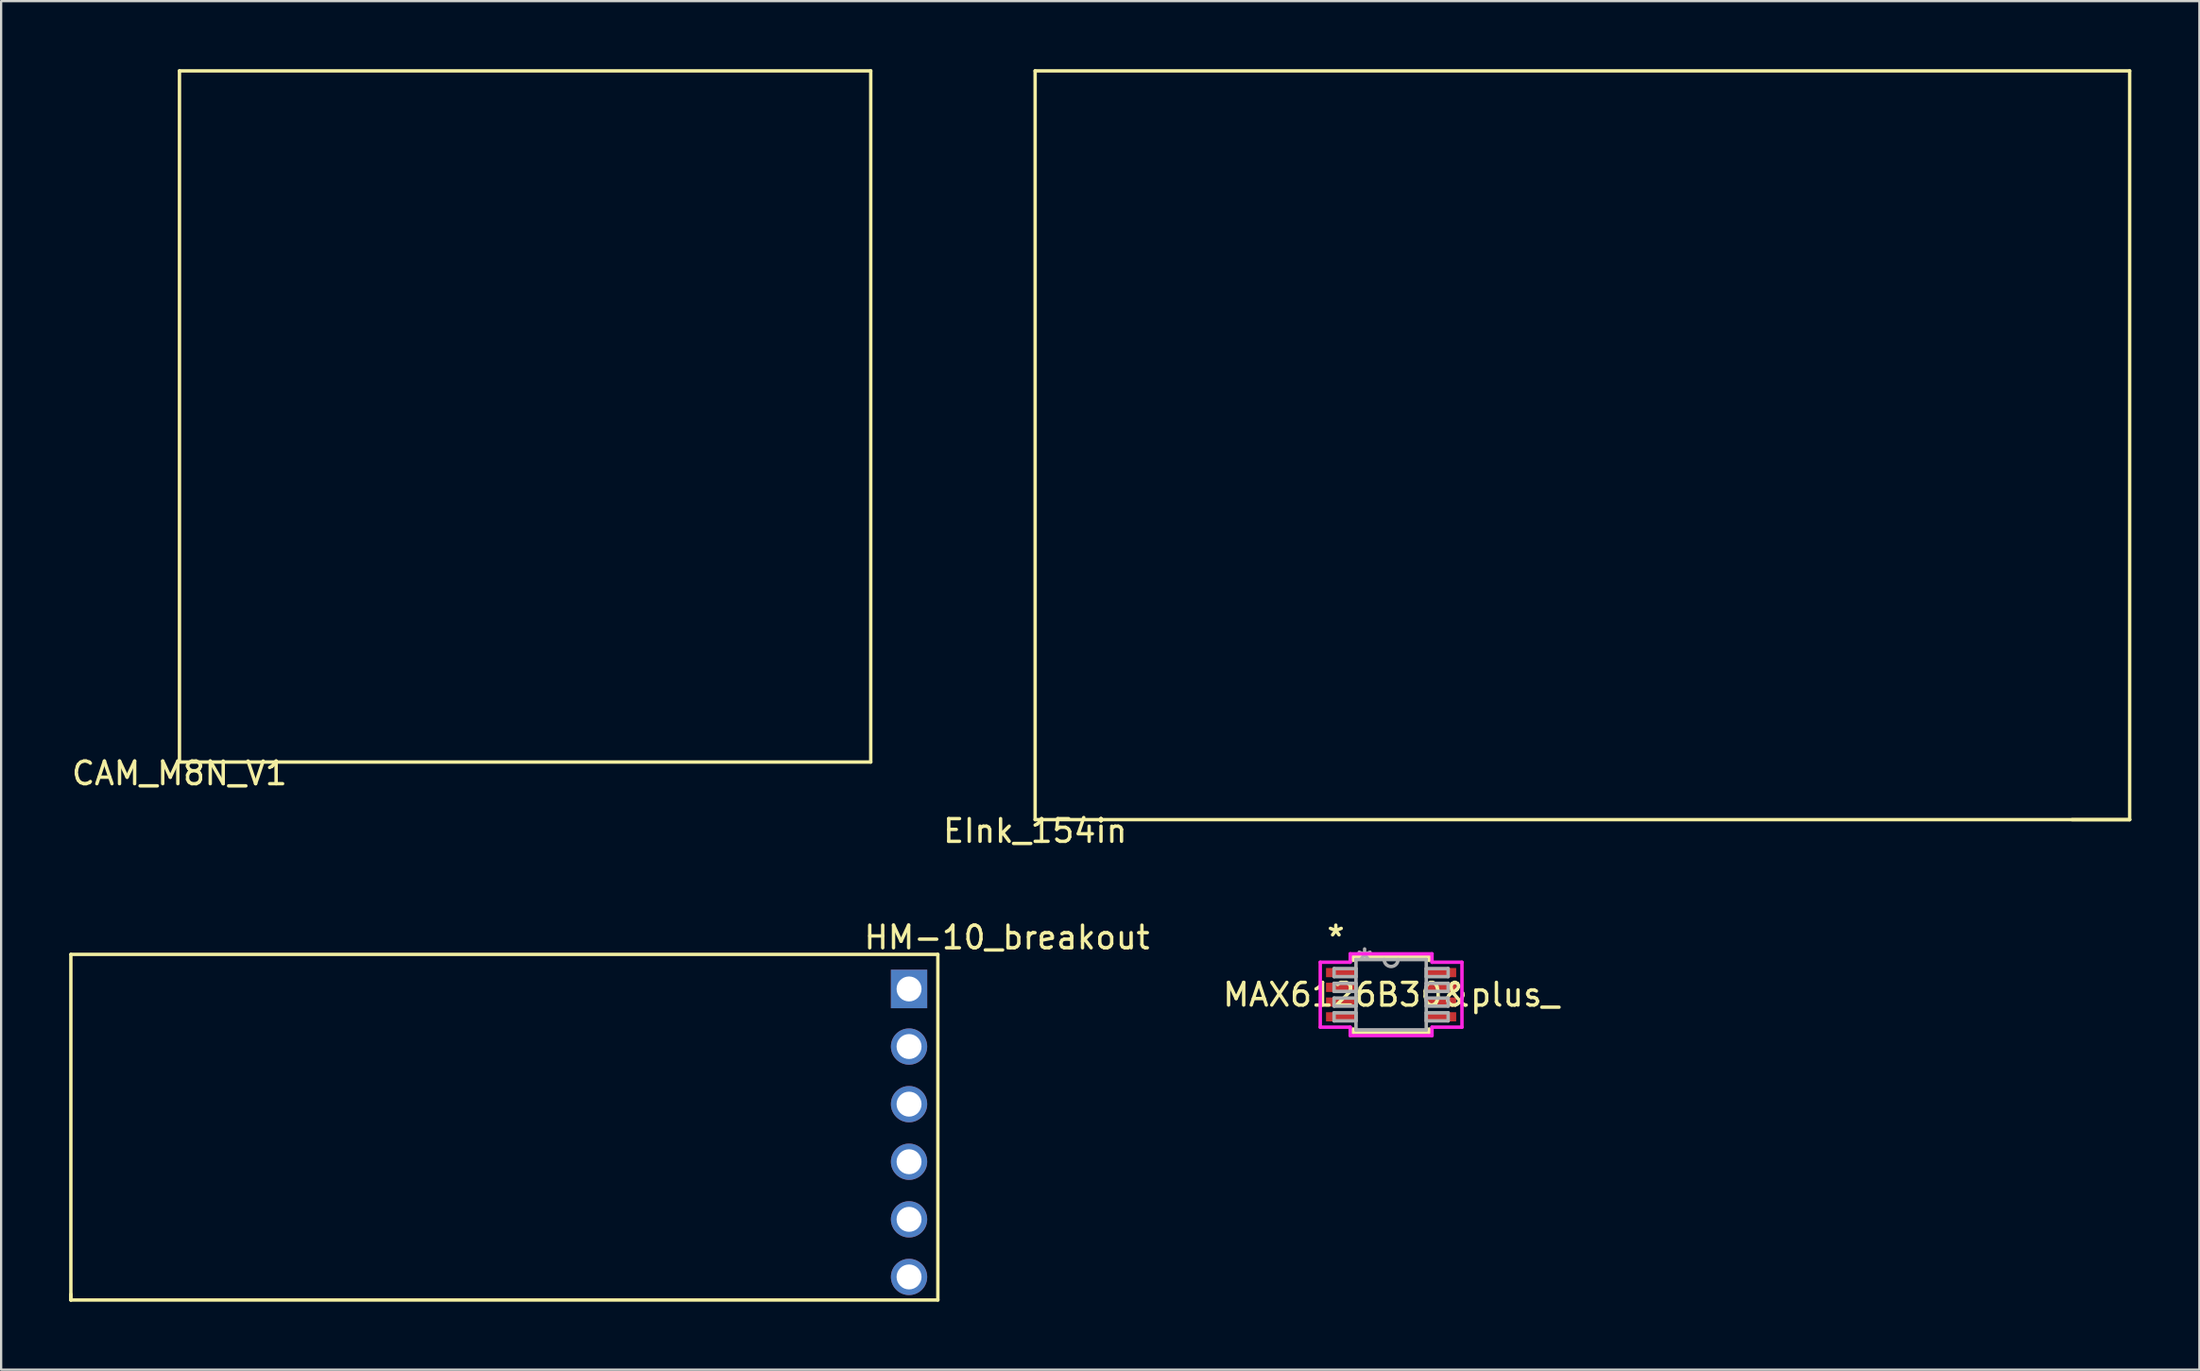
<source format=kicad_pcb>
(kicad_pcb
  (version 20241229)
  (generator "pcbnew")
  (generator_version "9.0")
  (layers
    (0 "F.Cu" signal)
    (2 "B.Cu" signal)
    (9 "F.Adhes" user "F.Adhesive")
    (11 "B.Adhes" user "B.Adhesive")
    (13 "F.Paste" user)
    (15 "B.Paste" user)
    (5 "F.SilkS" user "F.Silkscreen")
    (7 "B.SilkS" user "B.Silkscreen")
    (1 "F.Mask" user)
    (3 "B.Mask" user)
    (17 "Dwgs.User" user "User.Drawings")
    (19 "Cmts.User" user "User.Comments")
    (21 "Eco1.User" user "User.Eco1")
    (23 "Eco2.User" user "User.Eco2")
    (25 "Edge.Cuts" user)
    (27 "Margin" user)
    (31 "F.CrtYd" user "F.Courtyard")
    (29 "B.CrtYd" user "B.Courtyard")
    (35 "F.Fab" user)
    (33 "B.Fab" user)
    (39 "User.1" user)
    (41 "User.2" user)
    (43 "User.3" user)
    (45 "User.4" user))
  (footprint "MAX6126B30&plus_"
    (layer "F.Cu")
    (at 58.287 40.816)
    (property "Reference" "MAX6126B30&plus_" (at 0 0 0) (layer "F.SilkS") (effects (font (size 1 1) (thickness 0.15))))
    (attr through_hole)
    (fp_line (start -1.676 -1.676) (end -1.676 -1.511) (stroke (width 0.152) (type solid)) (layer "F.SilkS"))
    (fp_line (start -1.676 1.511) (end -1.676 1.676) (stroke (width 0.152) (type solid)) (layer "F.SilkS"))
    (fp_line (start -1.676 1.676) (end 1.676 1.676) (stroke (width 0.152) (type solid)) (layer "F.SilkS"))
    (fp_line (start 1.676 -1.676) (end -1.676 -1.676) (stroke (width 0.152) (type solid)) (layer "F.SilkS"))
    (fp_line (start 1.676 -1.511) (end 1.676 -1.676) (stroke (width 0.152) (type solid)) (layer "F.SilkS"))
    (fp_line (start 1.676 1.676) (end 1.676 1.511) (stroke (width 0.152) (type solid)) (layer "F.SilkS"))
    (fp_line (start -3.124 -1.432) (end -1.803 -1.432) (stroke (width 0.152) (type solid)) (layer "F.CrtYd"))
    (fp_line (start -3.124 1.432) (end -3.124 -1.432) (stroke (width 0.152) (type solid)) (layer "F.CrtYd"))
    (fp_line (start -1.803 -1.803) (end 1.803 -1.803) (stroke (width 0.152) (type solid)) (layer "F.CrtYd"))
    (fp_line (start -1.803 -1.432) (end -1.803 -1.803) (stroke (width 0.152) (type solid)) (layer "F.CrtYd"))
    (fp_line (start -1.803 1.432) (end -3.124 1.432) (stroke (width 0.152) (type solid)) (layer "F.CrtYd"))
    (fp_line (start -1.803 1.803) (end -1.803 1.432) (stroke (width 0.152) (type solid)) (layer "F.CrtYd"))
    (fp_line (start 1.803 -1.803) (end 1.803 -1.432) (stroke (width 0.152) (type solid)) (layer "F.CrtYd"))
    (fp_line (start 1.803 -1.432) (end 3.124 -1.432) (stroke (width 0.152) (type solid)) (layer "F.CrtYd"))
    (fp_line (start 1.803 1.432) (end 1.803 1.803) (stroke (width 0.152) (type solid)) (layer "F.CrtYd"))
    (fp_line (start 1.803 1.803) (end -1.803 1.803) (stroke (width 0.152) (type solid)) (layer "F.CrtYd"))
    (fp_line (start 3.124 -1.432) (end 3.124 1.432) (stroke (width 0.152) (type solid)) (layer "F.CrtYd"))
    (fp_line (start 3.124 1.432) (end 1.803 1.432) (stroke (width 0.152) (type solid)) (layer "F.CrtYd"))
    (fp_line (start -2.515 -1.153) (end -2.515 -0.797) (stroke (width 0.152) (type solid)) (layer "F.Fab"))
    (fp_line (start -2.515 -0.797) (end -1.549 -0.797) (stroke (width 0.152) (type solid)) (layer "F.Fab"))
    (fp_line (start -2.515 -0.503) (end -2.515 -0.147) (stroke (width 0.152) (type solid)) (layer "F.Fab"))
    (fp_line (start -2.515 -0.147) (end -1.549 -0.147) (stroke (width 0.152) (type solid)) (layer "F.Fab"))
    (fp_line (start -2.515 0.147) (end -2.515 0.503) (stroke (width 0.152) (type solid)) (layer "F.Fab"))
    (fp_line (start -2.515 0.503) (end -1.549 0.503) (stroke (width 0.152) (type solid)) (layer "F.Fab"))
    (fp_line (start -2.515 0.797) (end -2.515 1.153) (stroke (width 0.152) (type solid)) (layer "F.Fab"))
    (fp_line (start -2.515 1.153) (end -1.549 1.153) (stroke (width 0.152) (type solid)) (layer "F.Fab"))
    (fp_line (start -1.549 -1.549) (end -1.549 1.549) (stroke (width 0.152) (type solid)) (layer "F.Fab"))
    (fp_line (start -1.549 -1.153) (end -2.515 -1.153) (stroke (width 0.152) (type solid)) (layer "F.Fab"))
    (fp_line (start -1.549 -0.797) (end -1.549 -1.153) (stroke (width 0.152) (type solid)) (layer "F.Fab"))
    (fp_line (start -1.549 -0.503) (end -2.515 -0.503) (stroke (width 0.152) (type solid)) (layer "F.Fab"))
    (fp_line (start -1.549 -0.147) (end -1.549 -0.503) (stroke (width 0.152) (type solid)) (layer "F.Fab"))
    (fp_line (start -1.549 0.147) (end -2.515 0.147) (stroke (width 0.152) (type solid)) (layer "F.Fab"))
    (fp_line (start -1.549 0.503) (end -1.549 0.147) (stroke (width 0.152) (type solid)) (layer "F.Fab"))
    (fp_line (start -1.549 0.797) (end -2.515 0.797) (stroke (width 0.152) (type solid)) (layer "F.Fab"))
    (fp_line (start -1.549 1.153) (end -1.549 0.797) (stroke (width 0.152) (type solid)) (layer "F.Fab"))
    (fp_line (start -1.549 1.549) (end 1.549 1.549) (stroke (width 0.152) (type solid)) (layer "F.Fab"))
    (fp_line (start 1.549 -1.549) (end -1.549 -1.549) (stroke (width 0.152) (type solid)) (layer "F.Fab"))
    (fp_line (start 1.549 -1.153) (end 1.549 -0.797) (stroke (width 0.152) (type solid)) (layer "F.Fab"))
    (fp_line (start 1.549 -0.797) (end 2.515 -0.797) (stroke (width 0.152) (type solid)) (layer "F.Fab"))
    (fp_line (start 1.549 -0.503) (end 1.549 -0.147) (stroke (width 0.152) (type solid)) (layer "F.Fab"))
    (fp_line (start 1.549 -0.147) (end 2.515 -0.147) (stroke (width 0.152) (type solid)) (layer "F.Fab"))
    (fp_line (start 1.549 0.147) (end 1.549 0.503) (stroke (width 0.152) (type solid)) (layer "F.Fab"))
    (fp_line (start 1.549 0.503) (end 2.515 0.503) (stroke (width 0.152) (type solid)) (layer "F.Fab"))
    (fp_line (start 1.549 0.797) (end 1.549 1.153) (stroke (width 0.152) (type solid)) (layer "F.Fab"))
    (fp_line (start 1.549 1.153) (end 2.515 1.153) (stroke (width 0.152) (type solid)) (layer "F.Fab"))
    (fp_line (start 1.549 1.549) (end 1.549 -1.549) (stroke (width 0.152) (type solid)) (layer "F.Fab"))
    (fp_line (start 2.515 -1.153) (end 1.549 -1.153) (stroke (width 0.152) (type solid)) (layer "F.Fab"))
    (fp_line (start 2.515 -0.797) (end 2.515 -1.153) (stroke (width 0.152) (type solid)) (layer "F.Fab"))
    (fp_line (start 2.515 -0.503) (end 1.549 -0.503) (stroke (width 0.152) (type solid)) (layer "F.Fab"))
    (fp_line (start 2.515 -0.147) (end 2.515 -0.503) (stroke (width 0.152) (type solid)) (layer "F.Fab"))
    (fp_line (start 2.515 0.147) (end 1.549 0.147) (stroke (width 0.152) (type solid)) (layer "F.Fab"))
    (fp_line (start 2.515 0.503) (end 2.515 0.147) (stroke (width 0.152) (type solid)) (layer "F.Fab"))
    (fp_line (start 2.515 0.797) (end 1.549 0.797) (stroke (width 0.152) (type solid)) (layer "F.Fab"))
    (fp_line (start 2.515 1.153) (end 2.515 0.797) (stroke (width 0.152) (type solid)) (layer "F.Fab"))
    (fp_arc (start 0.3048 -1.5494) (mid 0 -1.2446) (end -0.3048 -1.5494) (stroke (width 0.1524) (type solid)) (layer "F.Fab"))
    (fp_text user "*" (at -2.438 -2.524 0) (layer "F.SilkS") (effects (font (size 1 1) (thickness 0.15))))
    (fp_text user "Copyright 2016 Accelerated Designs. All rights reserved." (at 0 0 0) (layer "Cmts.User") (effects (font (size 0.127 0.127) (thickness 0.002))))
    (fp_text user "*" (at -1.168 -1.473 0) (layer "F.Fab") (effects (font (size 1 1) (thickness 0.15))))
    (pad "1" smd rect (at -2.184 -0.975) (size 1.372 0.406) (layers "F.Cu" "F.Mask" "F.Paste"))
    (pad "2" smd rect (at -2.184 -0.325) (size 1.372 0.406) (layers "F.Cu" "F.Mask" "F.Paste"))
    (pad "3" smd rect (at -2.184 0.325) (size 1.372 0.406) (layers "F.Cu" "F.Mask" "F.Paste"))
    (pad "4" smd rect (at -2.184 0.975) (size 1.372 0.406) (layers "F.Cu" "F.Mask" "F.Paste"))
    (pad "5" smd rect (at 2.184 0.975) (size 1.372 0.406) (layers "F.Cu" "F.Mask" "F.Paste"))
    (pad "6" smd rect (at 2.184 0.325) (size 1.372 0.406) (layers "F.Cu" "F.Mask" "F.Paste"))
    (pad "7" smd rect (at 2.184 -0.325) (size 1.372 0.406) (layers "F.Cu" "F.Mask" "F.Paste"))
    (pad "8" smd rect (at 2.184 -0.975) (size 1.372 0.406) (layers "F.Cu" "F.Mask" "F.Paste")))
  (footprint "HM-10_breakout"
    (layer "F.Cu")
    (at 37.032 40.562)
    (property "Reference" "HM-10_breakout" (at 4.315 -2.27 0) (layer "F.SilkS") (effects (font (size 1 1) (thickness 0.15))))
    (attr through_hole)
    (fp_line (start -36.957 -1.524) (end -36.957 13.716) (stroke (width 0.15) (type solid)) (layer "F.SilkS"))
    (fp_line (start -36.957 -1.524) (end 1.27 -1.524) (stroke (width 0.15) (type solid)) (layer "F.SilkS"))
    (fp_line (start -36.957 13.716) (end -36.957 13.462) (stroke (width 0.15) (type solid)) (layer "F.SilkS"))
    (fp_line (start 1.27 13.716) (end -36.957 13.716) (stroke (width 0.15) (type solid)) (layer "F.SilkS"))
    (fp_line (start 1.27 13.716) (end 1.27 -1.524) (stroke (width 0.15) (type solid)) (layer "F.SilkS"))
    (pad "1" thru_hole rect (at 0 0) (size 1.6 1.7) (drill 1.1) (layers "*.Cu" "*.Mask"))
    (pad "2" thru_hole circle (at 0 2.54) (size 1.6 1.6) (drill 1.1) (layers "*.Cu" "*.Mask"))
    (pad "3" thru_hole circle (at 0 5.08) (size 1.6 1.6) (drill 1.1) (layers "*.Cu" "*.Mask"))
    (pad "4" thru_hole circle (at 0 7.62) (size 1.6 1.6) (drill 1.1) (layers "*.Cu" "*.Mask"))
    (pad "5" thru_hole circle (at 0 10.16) (size 1.6 1.6) (drill 1.1) (layers "*.Cu" "*.Mask"))
    (pad "6" thru_hole circle (at 0 12.7) (size 1.6 1.6) (drill 1.1) (layers "*.Cu" "*.Mask")))
  (footprint "CAM_M8N_V1"
    (layer "F.Cu")
    (at 4.863 30.555)
    (property "Reference" "CAM_M8N_V1" (at 0 0.5 0) (layer "F.SilkS") (effects (font (size 1 1) (thickness 0.15))))
    (attr through_hole)
    (fp_line (start 0 -30.48) (end 30.48 -30.48) (stroke (width 0.15) (type solid)) (layer "F.SilkS"))
    (fp_line (start 0 0) (end 0 -30.48) (stroke (width 0.15) (type solid)) (layer "F.SilkS"))
    (fp_line (start 30.48 -30.48) (end 30.48 0) (stroke (width 0.15) (type solid)) (layer "F.SilkS"))
    (fp_line (start 30.48 0) (end 0 0) (stroke (width 0.15) (type solid)) (layer "F.SilkS")))
  (footprint "EInk_154in"
    (layer "F.Cu")
    (at 42.591 33.095)
    (property "Reference" "EInk_154in" (at 0 0.5 0) (layer "F.SilkS") (effects (font (size 1 1) (thickness 0.15))))
    (attr through_hole)
    (fp_line (start 0 -33.02) (end 0 0) (stroke (width 0.15) (type solid)) (layer "F.SilkS"))
    (fp_line (start 0 0) (end 48.26 0) (stroke (width 0.15) (type solid)) (layer "F.SilkS"))
    (fp_line (start 45.72 0) (end 48.26 0) (stroke (width 0.15) (type solid)) (layer "F.SilkS"))
    (fp_line (start 48.26 -33.02) (end 0 -33.02) (stroke (width 0.15) (type solid)) (layer "F.SilkS"))
    (fp_line (start 48.26 0) (end 48.26 -33.02) (stroke (width 0.15) (type solid)) (layer "F.SilkS")))
  (gr_rect
    (start -3 -3)
    (end 93.926 57.352)
    (stroke (width 0.1) (type default))
    (fill no)
    (layer "Edge.Cuts")))
</source>
